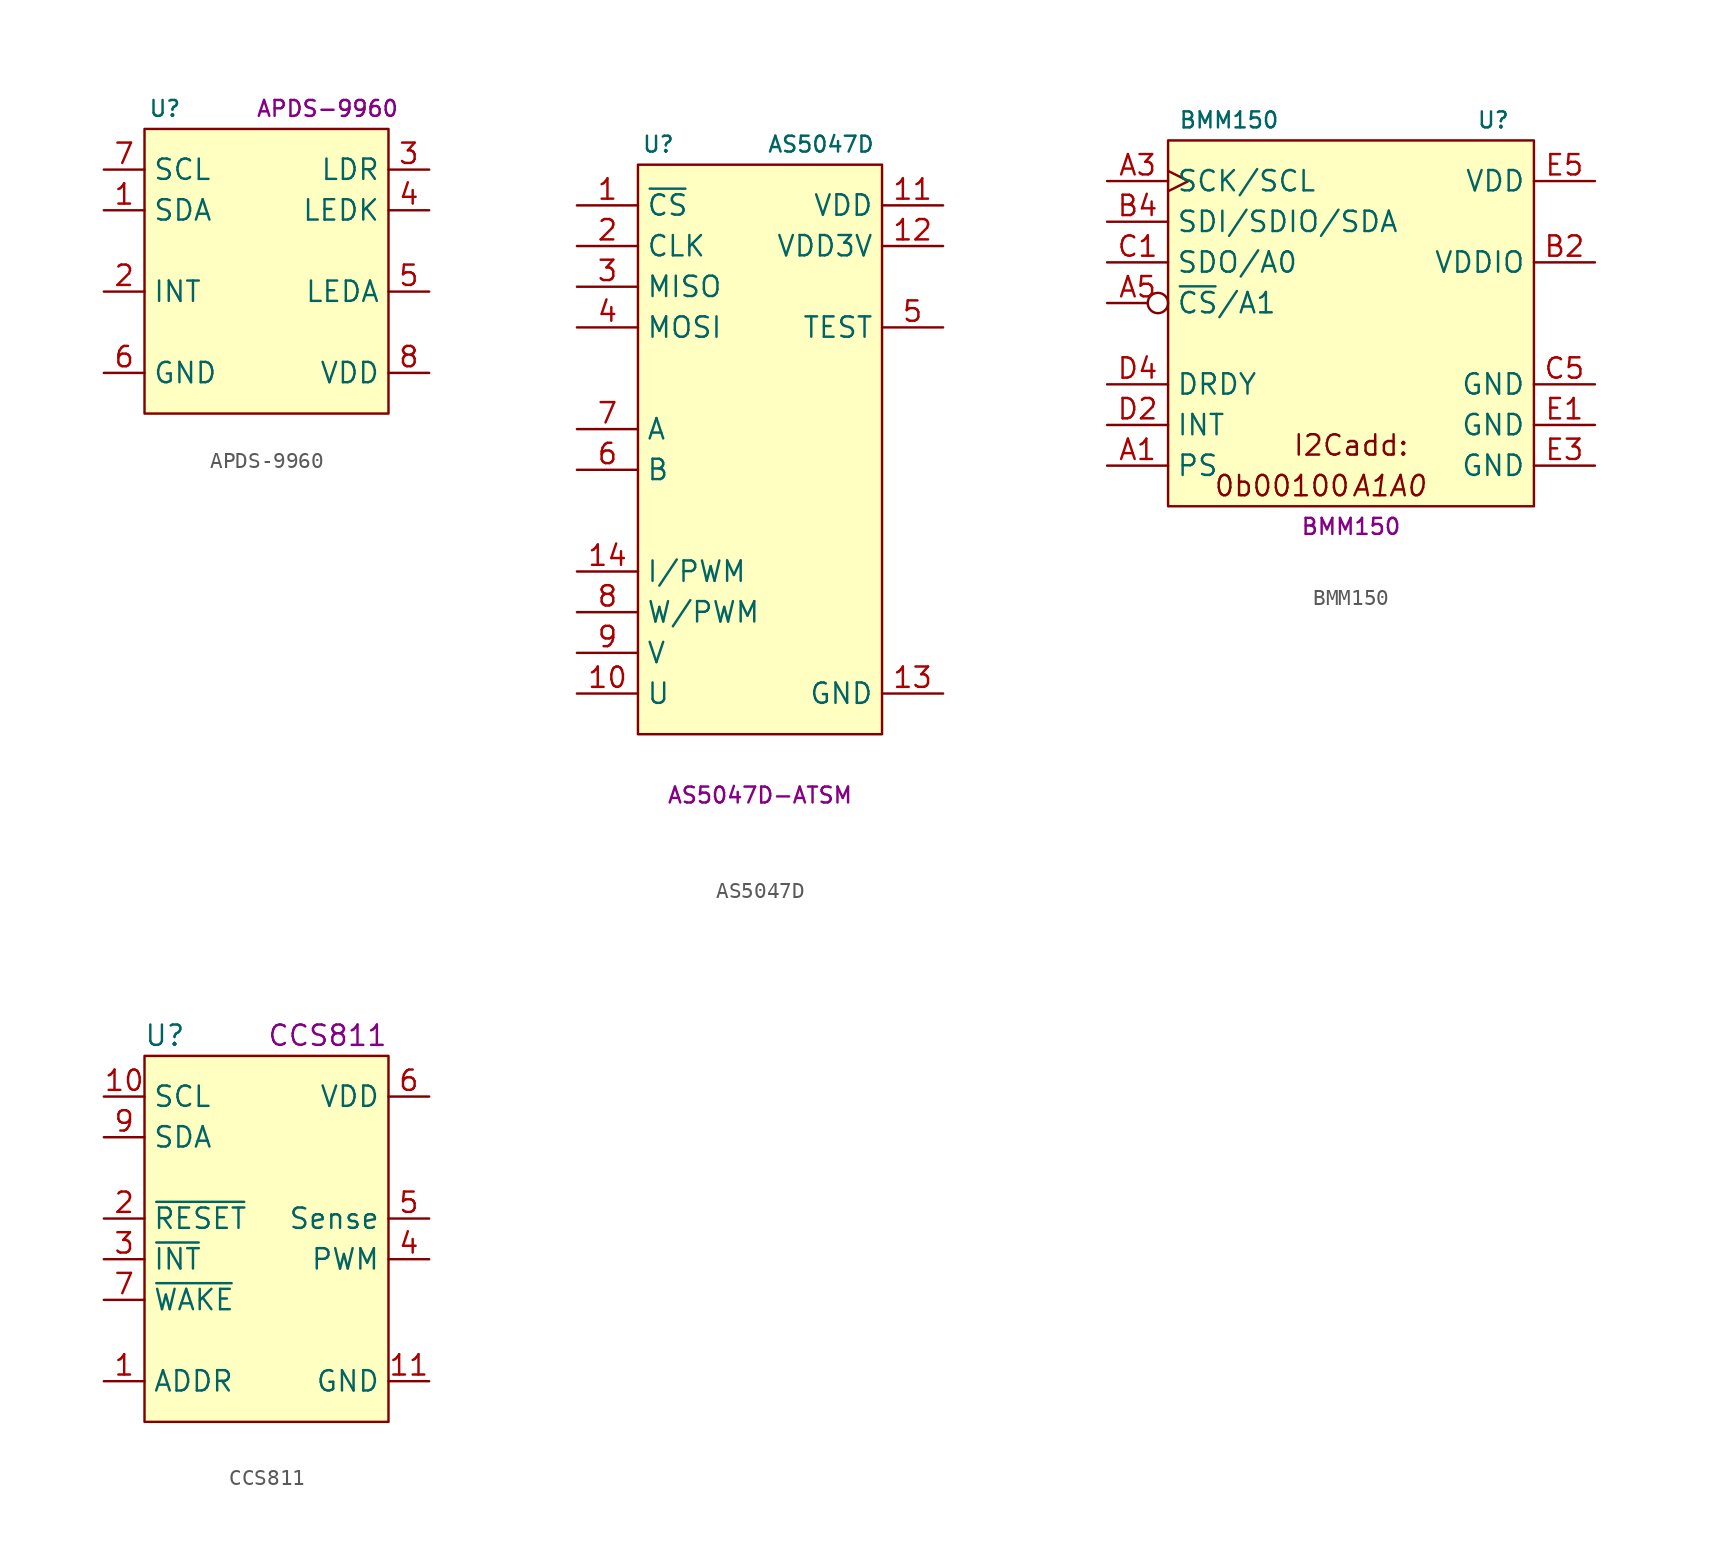
<source format=kicad_sym>
(kicad_symbol_lib
  (version 20231120)
  (generator "kicad_symbol_editor")
  (generator_version "8.0")
  (symbol "APDS-9960"
    (property "Reference" "U"
      (at -6.35 8.89 0)
      (effects (font (size 0.991 0.991))))
    (property "MPN" "APDS-9960"
      (at 3.81 8.89 0)
      (effects (font (size 0.991 0.991))))
    (symbol "APDS-9960_0_1"
      (rectangle (start -7.62 -10.16) (end 7.62 7.62) (stroke (width 0) (type default)) (fill (type background))))
    (symbol "APDS-9960_1_1"
      (pin bidirectional line (at -10.16 2.54 0) (length 2.54) (name "SDA" (effects (font (size 1.27 1.27)))) (number "1" (effects (font (size 1.27 1.27)))))
      (pin open_collector line (at -10.16 -2.54 0) (length 2.54) (name "INT" (effects (font (size 1.27 1.27)))) (number "2" (effects (font (size 1.27 1.27)))))
      (pin power_out line (at 10.16 5.08 180) (length 2.54) (name "LDR" (effects (font (size 1.27 1.27)))) (number "3" (effects (font (size 1.27 1.27)))))
      (pin power_in line (at 10.16 2.54 180) (length 2.54) (name "LEDK" (effects (font (size 1.27 1.27)))) (number "4" (effects (font (size 1.27 1.27)))))
      (pin power_out line (at 10.16 -2.54 180) (length 2.54) (name "LEDA" (effects (font (size 1.27 1.27)))) (number "5" (effects (font (size 1.27 1.27)))))
      (pin power_in line (at -10.16 -7.62 0) (length 2.54) (name "GND" (effects (font (size 1.27 1.27)))) (number "6" (effects (font (size 1.27 1.27)))))
      (pin input line (at -10.16 5.08 0) (length 2.54) (name "SCL" (effects (font (size 1.27 1.27)))) (number "7" (effects (font (size 1.27 1.27)))))
      (pin power_in line (at 10.16 -7.62 180) (length 2.54) (name "VDD" (effects (font (size 1.27 1.27)))) (number "8" (effects (font (size 1.27 1.27)))))))
  (symbol "AS5047D"
    (property "Reference" "U"
      (at -6.35 17.78 0)
      (effects (font (size 0.991 0.991))))
    (property "Value" "AS5047D"
      (at 3.81 17.78 0)
      (effects (font (size 0.991 0.991))))
    (property "MPN" "AS5047D-ATSM"
      (at 0 -22.86 0)
      (effects (font (size 0.991 0.991))))
    (symbol "AS5047D_0_1"
      (rectangle (start -7.62 16.51) (end 7.62 -19.05) (stroke (width 0) (type default)) (fill (type background))))
    (symbol "AS5047D_1_1"
      (pin input line (at -11.43 13.97 0) (length 3.81) (name "~{CS}" (effects (font (size 1.27 1.27)))) (number "1" (effects (font (size 1.27 1.27)))))
      (pin output line (at -11.43 -16.51 0) (length 3.81) (name "U" (effects (font (size 1.27 1.27)))) (number "10" (effects (font (size 1.27 1.27)))))
      (pin power_in line (at 11.43 13.97 180) (length 3.81) (name "VDD" (effects (font (size 1.27 1.27)))) (number "11" (effects (font (size 1.27 1.27)))))
      (pin power_in line (at 11.43 11.43 180) (length 3.81) (name "VDD3V" (effects (font (size 1.27 1.27)))) (number "12" (effects (font (size 1.27 1.27)))))
      (pin power_in line (at 11.43 -16.51 180) (length 3.81) (name "GND" (effects (font (size 1.27 1.27)))) (number "13" (effects (font (size 1.27 1.27)))))
      (pin input line (at -11.43 -8.89 0) (length 3.81) (name "I/PWM" (effects (font (size 1.27 1.27)))) (number "14" (effects (font (size 1.27 1.27)))))
      (pin input line (at -11.43 11.43 0) (length 3.81) (name "CLK" (effects (font (size 1.27 1.27)))) (number "2" (effects (font (size 1.27 1.27)))))
      (pin output line (at -11.43 8.89 0) (length 3.81) (name "MISO" (effects (font (size 1.27 1.27)))) (number "3" (effects (font (size 1.27 1.27)))))
      (pin input line (at -11.43 6.35 0) (length 3.81) (name "MOSI" (effects (font (size 1.27 1.27)))) (number "4" (effects (font (size 1.27 1.27)))))
      (pin passive line (at 11.43 6.35 180) (length 3.81) (name "TEST" (effects (font (size 1.27 1.27)))) (number "5" (effects (font (size 1.27 1.27)))))
      (pin output line (at -11.43 -2.54 0) (length 3.81) (name "B" (effects (font (size 1.27 1.27)))) (number "6" (effects (font (size 1.27 1.27)))))
      (pin output line (at -11.43 0 0) (length 3.81) (name "A" (effects (font (size 1.27 1.27)))) (number "7" (effects (font (size 1.27 1.27)))))
      (pin output line (at -11.43 -11.43 0) (length 3.81) (name "W/PWM" (effects (font (size 1.27 1.27)))) (number "8" (effects (font (size 1.27 1.27)))))
      (pin output line (at -11.43 -13.97 0) (length 3.81) (name "V" (effects (font (size 1.27 1.27)))) (number "9" (effects (font (size 1.27 1.27)))))))
  (symbol "BMM150"
    (property "Reference" "U"
      (at 8.89 13.97 0)
      (effects (font (size 1 1))))
    (property "Value" "BMM150"
      (at -7.62 13.97 0)
      (effects (font (size 1 1))))
    (property "MPN" "BMM150"
      (at 0 -11.43 0)
      (effects (font (size 1 1))))
    (symbol "BMM150_0_0"
      (text "I2Cadd:" (at 0 -6.35 0) (effects (font (size 1.27 1.27)))))
    (symbol "BMM150_1_0"
      (text "0b00100" (at 0 -8.89 0) (effects (font (size 1.27 1.27)) (justify right)))
      (text "A1A0" (at 0 -8.89 0) (effects (font (size 1.27 1.27) (italic yes)) (justify left))))
    (symbol "BMM150_1_1"
      (rectangle (start -11.43 12.7) (end 11.43 -10.16) (stroke (width 0) (type default)) (fill (type background)))
      (pin input line (at -15.24 -7.62 0) (length 3.81) (name "PS" (effects (font (size 1.27 1.27)))) (number "A1" (effects (font (size 1.27 1.27)))))
      (pin input clock (at -15.24 10.16 0) (length 3.81) (name "SCK/SCL" (effects (font (size 1.27 1.27)))) (number "A3" (effects (font (size 1.27 1.27)))))
      (pin input inverted (at -15.24 2.54 0) (length 3.81) (name "~{CS}/A1" (effects (font (size 1.27 1.27)))) (number "A5" (effects (font (size 1.27 1.27)))))
      (pin power_in line (at 15.24 5.08 180) (length 3.81) (name "VDDIO" (effects (font (size 1.27 1.27)))) (number "B2" (effects (font (size 1.27 1.27)))))
      (pin bidirectional line (at -15.24 7.62 0) (length 3.81) (name "SDI/SDIO/SDA" (effects (font (size 1.27 1.27)))) (number "B4" (effects (font (size 1.27 1.27)))))
      (pin output line (at -15.24 5.08 0) (length 3.81) (name "SDO/A0" (effects (font (size 1.27 1.27)))) (number "C1" (effects (font (size 1.27 1.27)))))
      (pin power_in line (at 15.24 -2.54 180) (length 3.81) (name "GND" (effects (font (size 1.27 1.27)))) (number "C5" (effects (font (size 1.27 1.27)))))
      (pin output line (at -15.24 -5.08 0) (length 3.81) (name "INT" (effects (font (size 1.27 1.27)))) (number "D2" (effects (font (size 1.27 1.27)))))
      (pin output line (at -15.24 -2.54 0) (length 3.81) (name "DRDY" (effects (font (size 1.27 1.27)))) (number "D4" (effects (font (size 1.27 1.27)))))
      (pin power_in line (at 15.24 -5.08 180) (length 3.81) (name "GND" (effects (font (size 1.27 1.27)))) (number "E1" (effects (font (size 1.27 1.27)))))
      (pin power_in line (at 15.24 -7.62 180) (length 3.81) (name "GND" (effects (font (size 1.27 1.27)))) (number "E3" (effects (font (size 1.27 1.27)))))
      (pin power_in line (at 15.24 10.16 180) (length 3.81) (name "VDD" (effects (font (size 1.27 1.27)))) (number "E5" (effects (font (size 1.27 1.27)))))))
  (symbol "CCS811"
    (property "Reference" "U"
      (at -6.35 7.62 0)
      (effects (font (size 1.27 1.27))))
    (property "MPN" "CCS811"
      (at 3.81 7.62 0)
      (effects (font (size 1.27 1.27))))
    (symbol "CCS811_0_1"
      (rectangle (start -7.62 -16.51) (end 7.62 6.35) (stroke (width 0) (type default)) (fill (type background))))
    (symbol "CCS811_1_1"
      (pin input line (at -10.16 -13.97 0) (length 2.54) (name "ADDR" (effects (font (size 1.27 1.27)))) (number "1" (effects (font (size 1.27 1.27)))))
      (pin input line (at -10.16 3.81 0) (length 2.54) (name "SCL" (effects (font (size 1.27 1.27)))) (number "10" (effects (font (size 1.27 1.27)))))
      (pin input line (at 10.16 -13.97 180) (length 2.54) (name "GND" (effects (font (size 1.27 1.27)))) (number "11" (effects (font (size 1.27 1.27)))))
      (pin input line (at -10.16 -3.81 0) (length 2.54) (name "~{RESET}" (effects (font (size 1.27 1.27)))) (number "2" (effects (font (size 1.27 1.27)))))
      (pin output line (at -10.16 -6.35 0) (length 2.54) (name "~{INT}" (effects (font (size 1.27 1.27)))) (number "3" (effects (font (size 1.27 1.27)))))
      (pin passive line (at 10.16 -6.35 180) (length 2.54) (name "PWM" (effects (font (size 1.27 1.27)))) (number "4" (effects (font (size 1.27 1.27)))))
      (pin passive line (at 10.16 -3.81 180) (length 2.54) (name "Sense" (effects (font (size 1.27 1.27)))) (number "5" (effects (font (size 1.27 1.27)))))
      (pin power_in line (at 10.16 3.81 180) (length 2.54) (name "VDD" (effects (font (size 1.27 1.27)))) (number "6" (effects (font (size 1.27 1.27)))))
      (pin input line (at -10.16 -8.89 0) (length 2.54) (name "~{WAKE}" (effects (font (size 1.27 1.27)))) (number "7" (effects (font (size 1.27 1.27)))))
      (pin bidirectional line (at -10.16 1.27 0) (length 2.54) (name "SDA" (effects (font (size 1.27 1.27)))) (number "9" (effects (font (size 1.27 1.27))))))))
</source>
